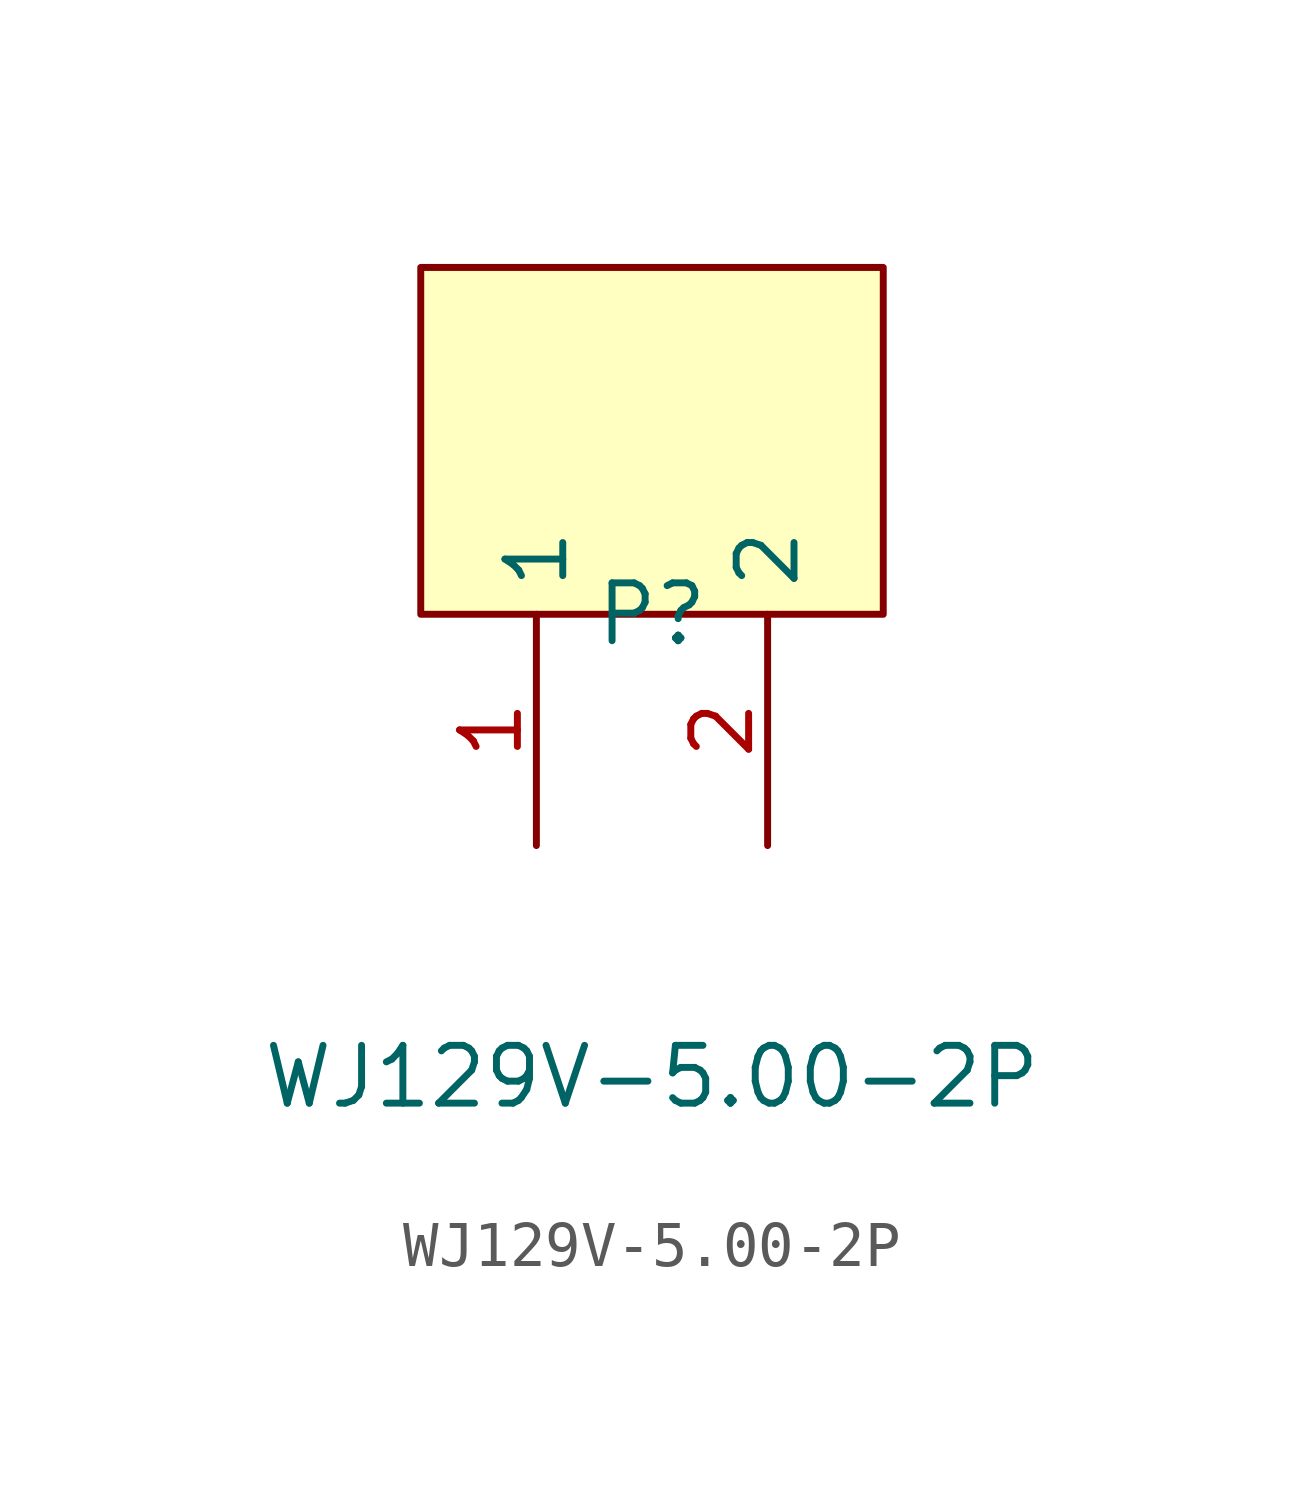
<source format=kicad_sym>
(kicad_symbol_lib
  (version 1)
  (generator "faebryk")
  (symbol "WJ129V-5.00-2P"
    (property "Reference" "P"
      (at 0 -1.27 0)
      (effects (font (size 1.27 1.27)) (hide no)))
    (property "Value" "WJ129V-5.00-2P"
      (at 0 -11.43 0)
      (effects (font (size 1.27 1.27)) (hide no)))
    (symbol "WJ129V-5.00-2P_0_1"
      (rectangle (start -5.08 6.35) (end 5.08 -1.27) (stroke (width 0) (type default) (color 0 0 0 0)) (fill (type background)))
      (pin unspecified line (at -2.54 -6.35 90) (length 5.08) (name "1" (effects (font (size 1.27 1.27)) (hide no))) (number "1" (effects (font (size 1.27 1.27)) (hide no))))
      (pin unspecified line (at 2.54 -6.35 90) (length 5.08) (name "2" (effects (font (size 1.27 1.27)) (hide no))) (number "2" (effects (font (size 1.27 1.27)) (hide no)))))))
</source>
